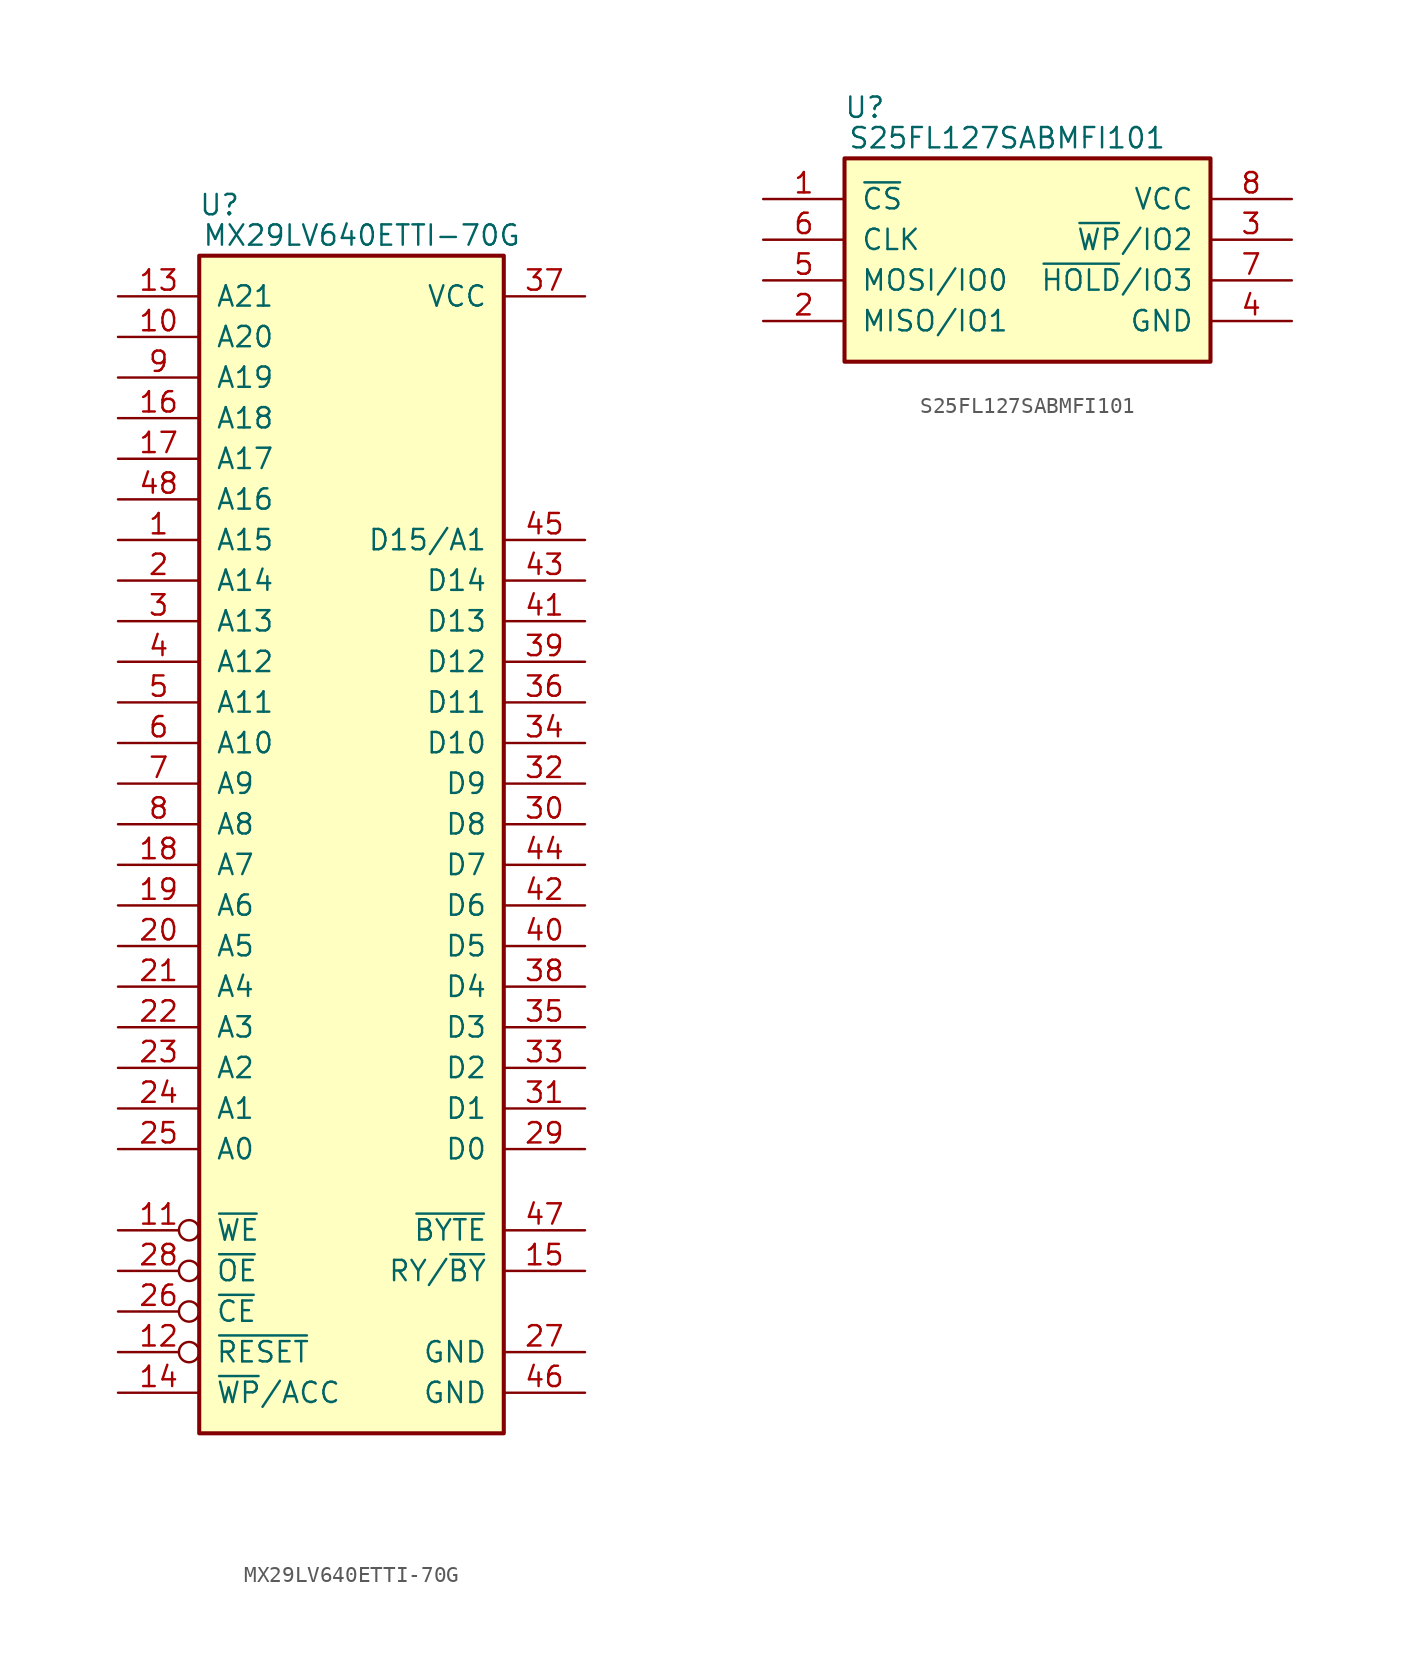
<source format=kicad_sym>
(kicad_symbol_lib
  (version 20211014)
  (generator kicad_symbol_editor)
  (symbol "MX29LV640ETTI-70G"
    (pin_names
      (offset 1.016))
    (property "Reference" "U"
      (at 1.27 3.175 0)
      (effects (font (size 1.27 1.27))))
    (property "Value" "MX29LV640ETTI-70G"
      (at 10.16 1.27 0)
      (effects (font (size 1.27 1.27))))
    (symbol "MX29LV640ETTI-70G_0_0"
      (pin power_in line (at 24.13 -2.54 180) (length 5.08) (name "VCC" (effects (font (size 1.27 1.27)))) (number "37" (effects (font (size 1.27 1.27))))))
    (symbol "MX29LV640ETTI-70G_0_1"
      (rectangle (start 19.05 -73.66) (end 0 0) (stroke (width 0.254) (type default) (color 0 0 0 0)) (fill (type background))))
    (symbol "MX29LV640ETTI-70G_1_0"
      (pin power_in line (at 24.13 -68.58 180) (length 5.08) (name "GND" (effects (font (size 1.27 1.27)))) (number "27" (effects (font (size 1.27 1.27)))))
      (pin power_in line (at 24.13 -71.12 180) (length 5.08) (name "GND" (effects (font (size 1.27 1.27)))) (number "46" (effects (font (size 1.27 1.27))))))
    (symbol "MX29LV640ETTI-70G_1_1"
      (pin input line (at -5.08 -17.78 0) (length 5.08) (name "A15" (effects (font (size 1.27 1.27)))) (number "1" (effects (font (size 1.27 1.27)))))
      (pin input line (at -5.08 -5.08 0) (length 5.08) (name "A20" (effects (font (size 1.27 1.27)))) (number "10" (effects (font (size 1.27 1.27)))))
      (pin input inverted (at -5.08 -60.96 0) (length 5.08) (name "~{WE}" (effects (font (size 1.27 1.27)))) (number "11" (effects (font (size 1.27 1.27)))))
      (pin input inverted (at -5.08 -68.58 0) (length 5.08) (name "~{RESET}" (effects (font (size 1.27 1.27)))) (number "12" (effects (font (size 1.27 1.27)))))
      (pin input line (at -5.08 -2.54 0) (length 5.08) (name "A21" (effects (font (size 1.27 1.27)))) (number "13" (effects (font (size 1.27 1.27)))))
      (pin input line (at -5.08 -71.12 0) (length 5.08) (name "~{WP}/ACC" (effects (font (size 1.27 1.27)))) (number "14" (effects (font (size 1.27 1.27)))))
      (pin output line (at 24.13 -63.5 180) (length 5.08) (name "RY/~{BY}" (effects (font (size 1.27 1.27)))) (number "15" (effects (font (size 1.27 1.27)))))
      (pin input line (at -5.08 -10.16 0) (length 5.08) (name "A18" (effects (font (size 1.27 1.27)))) (number "16" (effects (font (size 1.27 1.27)))))
      (pin input line (at -5.08 -12.7 0) (length 5.08) (name "A17" (effects (font (size 1.27 1.27)))) (number "17" (effects (font (size 1.27 1.27)))))
      (pin input line (at -5.08 -38.1 0) (length 5.08) (name "A7" (effects (font (size 1.27 1.27)))) (number "18" (effects (font (size 1.27 1.27)))))
      (pin input line (at -5.08 -40.64 0) (length 5.08) (name "A6" (effects (font (size 1.27 1.27)))) (number "19" (effects (font (size 1.27 1.27)))))
      (pin input line (at -5.08 -20.32 0) (length 5.08) (name "A14" (effects (font (size 1.27 1.27)))) (number "2" (effects (font (size 1.27 1.27)))))
      (pin input line (at -5.08 -43.18 0) (length 5.08) (name "A5" (effects (font (size 1.27 1.27)))) (number "20" (effects (font (size 1.27 1.27)))))
      (pin input line (at -5.08 -45.72 0) (length 5.08) (name "A4" (effects (font (size 1.27 1.27)))) (number "21" (effects (font (size 1.27 1.27)))))
      (pin input line (at -5.08 -48.26 0) (length 5.08) (name "A3" (effects (font (size 1.27 1.27)))) (number "22" (effects (font (size 1.27 1.27)))))
      (pin input line (at -5.08 -50.8 0) (length 5.08) (name "A2" (effects (font (size 1.27 1.27)))) (number "23" (effects (font (size 1.27 1.27)))))
      (pin input line (at -5.08 -53.34 0) (length 5.08) (name "A1" (effects (font (size 1.27 1.27)))) (number "24" (effects (font (size 1.27 1.27)))))
      (pin input line (at -5.08 -55.88 0) (length 5.08) (name "A0" (effects (font (size 1.27 1.27)))) (number "25" (effects (font (size 1.27 1.27)))))
      (pin input inverted (at -5.08 -66.04 0) (length 5.08) (name "~{CE}" (effects (font (size 1.27 1.27)))) (number "26" (effects (font (size 1.27 1.27)))))
      (pin input inverted (at -5.08 -63.5 0) (length 5.08) (name "~{OE}" (effects (font (size 1.27 1.27)))) (number "28" (effects (font (size 1.27 1.27)))))
      (pin tri_state line (at 24.13 -55.88 180) (length 5.08) (name "D0" (effects (font (size 1.27 1.27)))) (number "29" (effects (font (size 1.27 1.27)))))
      (pin input line (at -5.08 -22.86 0) (length 5.08) (name "A13" (effects (font (size 1.27 1.27)))) (number "3" (effects (font (size 1.27 1.27)))))
      (pin tri_state line (at 24.13 -35.56 180) (length 5.08) (name "D8" (effects (font (size 1.27 1.27)))) (number "30" (effects (font (size 1.27 1.27)))))
      (pin tri_state line (at 24.13 -53.34 180) (length 5.08) (name "D1" (effects (font (size 1.27 1.27)))) (number "31" (effects (font (size 1.27 1.27)))))
      (pin tri_state line (at 24.13 -33.02 180) (length 5.08) (name "D9" (effects (font (size 1.27 1.27)))) (number "32" (effects (font (size 1.27 1.27)))))
      (pin tri_state line (at 24.13 -50.8 180) (length 5.08) (name "D2" (effects (font (size 1.27 1.27)))) (number "33" (effects (font (size 1.27 1.27)))))
      (pin tri_state line (at 24.13 -30.48 180) (length 5.08) (name "D10" (effects (font (size 1.27 1.27)))) (number "34" (effects (font (size 1.27 1.27)))))
      (pin tri_state line (at 24.13 -48.26 180) (length 5.08) (name "D3" (effects (font (size 1.27 1.27)))) (number "35" (effects (font (size 1.27 1.27)))))
      (pin tri_state line (at 24.13 -27.94 180) (length 5.08) (name "D11" (effects (font (size 1.27 1.27)))) (number "36" (effects (font (size 1.27 1.27)))))
      (pin tri_state line (at 24.13 -45.72 180) (length 5.08) (name "D4" (effects (font (size 1.27 1.27)))) (number "38" (effects (font (size 1.27 1.27)))))
      (pin tri_state line (at 24.13 -25.4 180) (length 5.08) (name "D12" (effects (font (size 1.27 1.27)))) (number "39" (effects (font (size 1.27 1.27)))))
      (pin input line (at -5.08 -25.4 0) (length 5.08) (name "A12" (effects (font (size 1.27 1.27)))) (number "4" (effects (font (size 1.27 1.27)))))
      (pin tri_state line (at 24.13 -43.18 180) (length 5.08) (name "D5" (effects (font (size 1.27 1.27)))) (number "40" (effects (font (size 1.27 1.27)))))
      (pin tri_state line (at 24.13 -22.86 180) (length 5.08) (name "D13" (effects (font (size 1.27 1.27)))) (number "41" (effects (font (size 1.27 1.27)))))
      (pin tri_state line (at 24.13 -40.64 180) (length 5.08) (name "D6" (effects (font (size 1.27 1.27)))) (number "42" (effects (font (size 1.27 1.27)))))
      (pin tri_state line (at 24.13 -20.32 180) (length 5.08) (name "D14" (effects (font (size 1.27 1.27)))) (number "43" (effects (font (size 1.27 1.27)))))
      (pin tri_state line (at 24.13 -38.1 180) (length 5.08) (name "D7" (effects (font (size 1.27 1.27)))) (number "44" (effects (font (size 1.27 1.27)))))
      (pin tri_state line (at 24.13 -17.78 180) (length 5.08) (name "D15/A1" (effects (font (size 1.27 1.27)))) (number "45" (effects (font (size 1.27 1.27)))))
      (pin input line (at 24.13 -60.96 180) (length 5.08) (name "~{BYTE}" (effects (font (size 1.27 1.27)))) (number "47" (effects (font (size 1.27 1.27)))))
      (pin input line (at -5.08 -15.24 0) (length 5.08) (name "A16" (effects (font (size 1.27 1.27)))) (number "48" (effects (font (size 1.27 1.27)))))
      (pin input line (at -5.08 -27.94 0) (length 5.08) (name "A11" (effects (font (size 1.27 1.27)))) (number "5" (effects (font (size 1.27 1.27)))))
      (pin input line (at -5.08 -30.48 0) (length 5.08) (name "A10" (effects (font (size 1.27 1.27)))) (number "6" (effects (font (size 1.27 1.27)))))
      (pin input line (at -5.08 -33.02 0) (length 5.08) (name "A9" (effects (font (size 1.27 1.27)))) (number "7" (effects (font (size 1.27 1.27)))))
      (pin input line (at -5.08 -35.56 0) (length 5.08) (name "A8" (effects (font (size 1.27 1.27)))) (number "8" (effects (font (size 1.27 1.27)))))
      (pin input line (at -5.08 -7.62 0) (length 5.08) (name "A19" (effects (font (size 1.27 1.27)))) (number "9" (effects (font (size 1.27 1.27)))))))
  (symbol "S25FL127SABMFI101"
    (pin_names
      (offset 1.016))
    (property "Reference" "U"
      (at 1.27 3.175 0)
      (effects (font (size 1.27 1.27))))
    (property "Value" "S25FL127SABMFI101"
      (at 10.16 1.27 0)
      (effects (font (size 1.27 1.27))))
    (symbol "S25FL127SABMFI101_0_0"
      (pin passive line (at 27.94 -2.54 180) (length 5.08) (name "VCC" (effects (font (size 1.27 1.27)))) (number "8" (effects (font (size 1.27 1.27))))))
    (symbol "S25FL127SABMFI101_0_1"
      (rectangle (start 0 0) (end 22.86 -12.7) (stroke (width 0.254) (type default) (color 0 0 0 0)) (fill (type background))))
    (symbol "S25FL127SABMFI101_1_0"
      (pin power_in line (at 27.94 -10.16 180) (length 5.08) (name "GND" (effects (font (size 1.27 1.27)))) (number "4" (effects (font (size 1.27 1.27))))))
    (symbol "S25FL127SABMFI101_1_1"
      (pin input line (at -5.08 -2.54 0) (length 5.08) (name "~{CS}" (effects (font (size 1.27 1.27)))) (number "1" (effects (font (size 1.27 1.27)))))
      (pin input line (at -5.08 -10.16 0) (length 5.08) (name "MISO/IO1" (effects (font (size 1.27 1.27)))) (number "2" (effects (font (size 1.27 1.27)))))
      (pin input line (at 27.94 -5.08 180) (length 5.08) (name "~{WP}/IO2" (effects (font (size 1.27 1.27)))) (number "3" (effects (font (size 1.27 1.27)))))
      (pin input line (at -5.08 -7.62 0) (length 5.08) (name "MOSI/IO0" (effects (font (size 1.27 1.27)))) (number "5" (effects (font (size 1.27 1.27)))))
      (pin input line (at -5.08 -5.08 0) (length 5.08) (name "CLK" (effects (font (size 1.27 1.27)))) (number "6" (effects (font (size 1.27 1.27)))))
      (pin passive line (at 27.94 -7.62 180) (length 5.08) (name "~{HOLD}/IO3" (effects (font (size 1.27 1.27)))) (number "7" (effects (font (size 1.27 1.27))))))))
</source>
